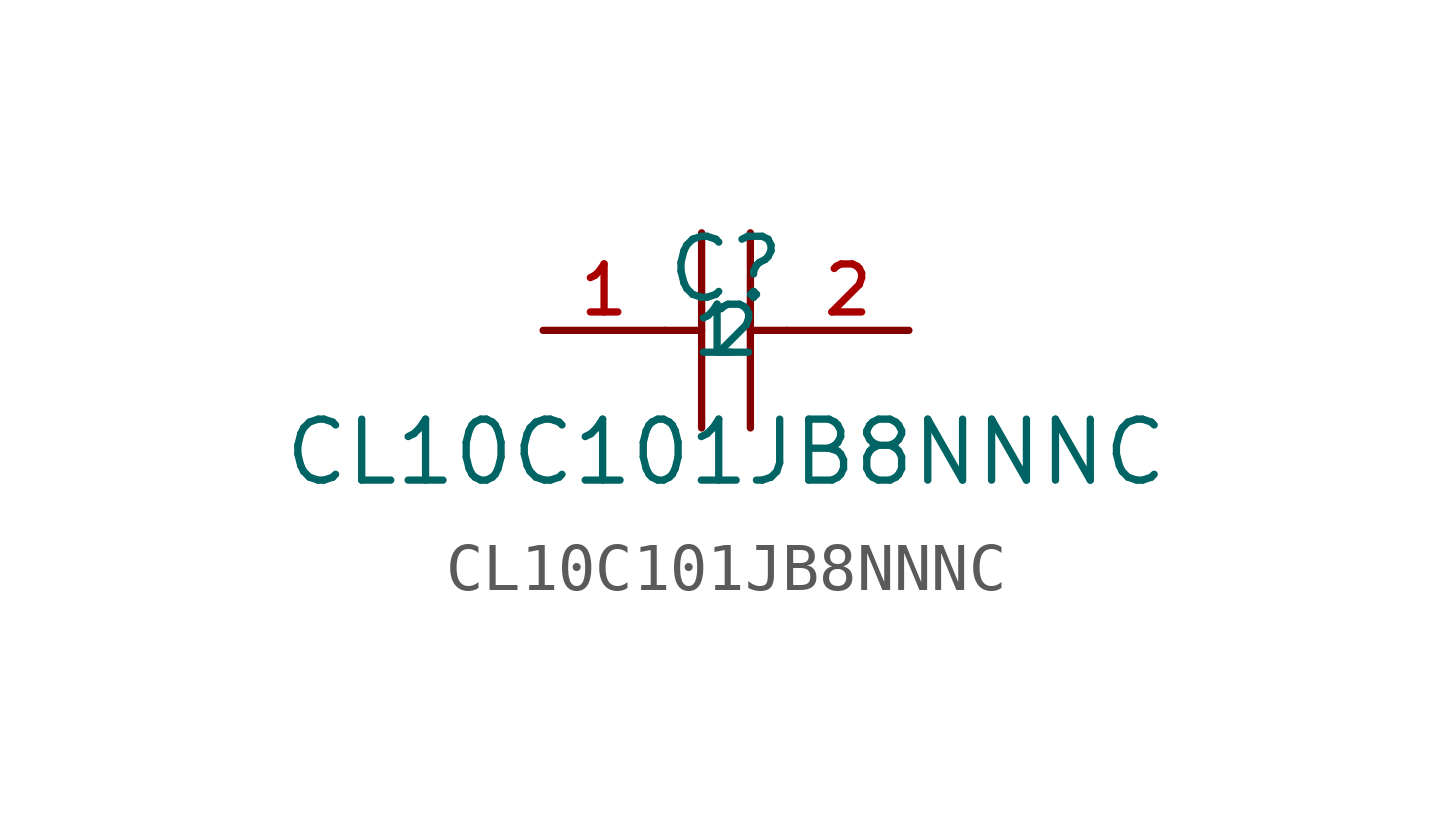
<source format=kicad_sym>
(kicad_symbol_lib
  (version 20210201)
  (generator TousstNicolas/JLC2KiCad_lib)
  (symbol "CL10C101JB8NNNC"
    (property "Reference" "C"
      (at 0 1.27 0)
      (effects (font (size 1.27 1.27))))
    (property "Value" "CL10C101JB8NNNC"
      (at 0 -2.54 0)
      (effects (font (size 1.27 1.27))))
    (symbol "CL10C101JB8NNNC_0_1"
      (polyline (pts (xy -0.508 2.032) (xy -0.508 -2.032)) (stroke (width 0) (type default) (color 0 0 0 0)) (fill (type none)))
      (polyline (pts (xy 0.508 2.032) (xy 0.508 -2.032)) (stroke (width 0) (type default) (color 0 0 0 0)) (fill (type none)))
      (pin input line (at -3.81 -0.0 0) (length 2.54) (name "1" (effects (font (size 1 1)))) (number "1" (effects (font (size 1 1)))))
      (pin input line (at 3.81 -0.0 180) (length 2.54) (name "2" (effects (font (size 1 1)))) (number "2" (effects (font (size 1 1)))))
      (polyline (pts (xy -1.27 -0.0) (xy -0.508 -0.0)) (stroke (width 0) (type default) (color 0 0 0 0)) (fill (type none)))
      (polyline (pts (xy 0.508 -0.0) (xy 1.27 -0.0)) (stroke (width 0) (type default) (color 0 0 0 0)) (fill (type none))))))
</source>
